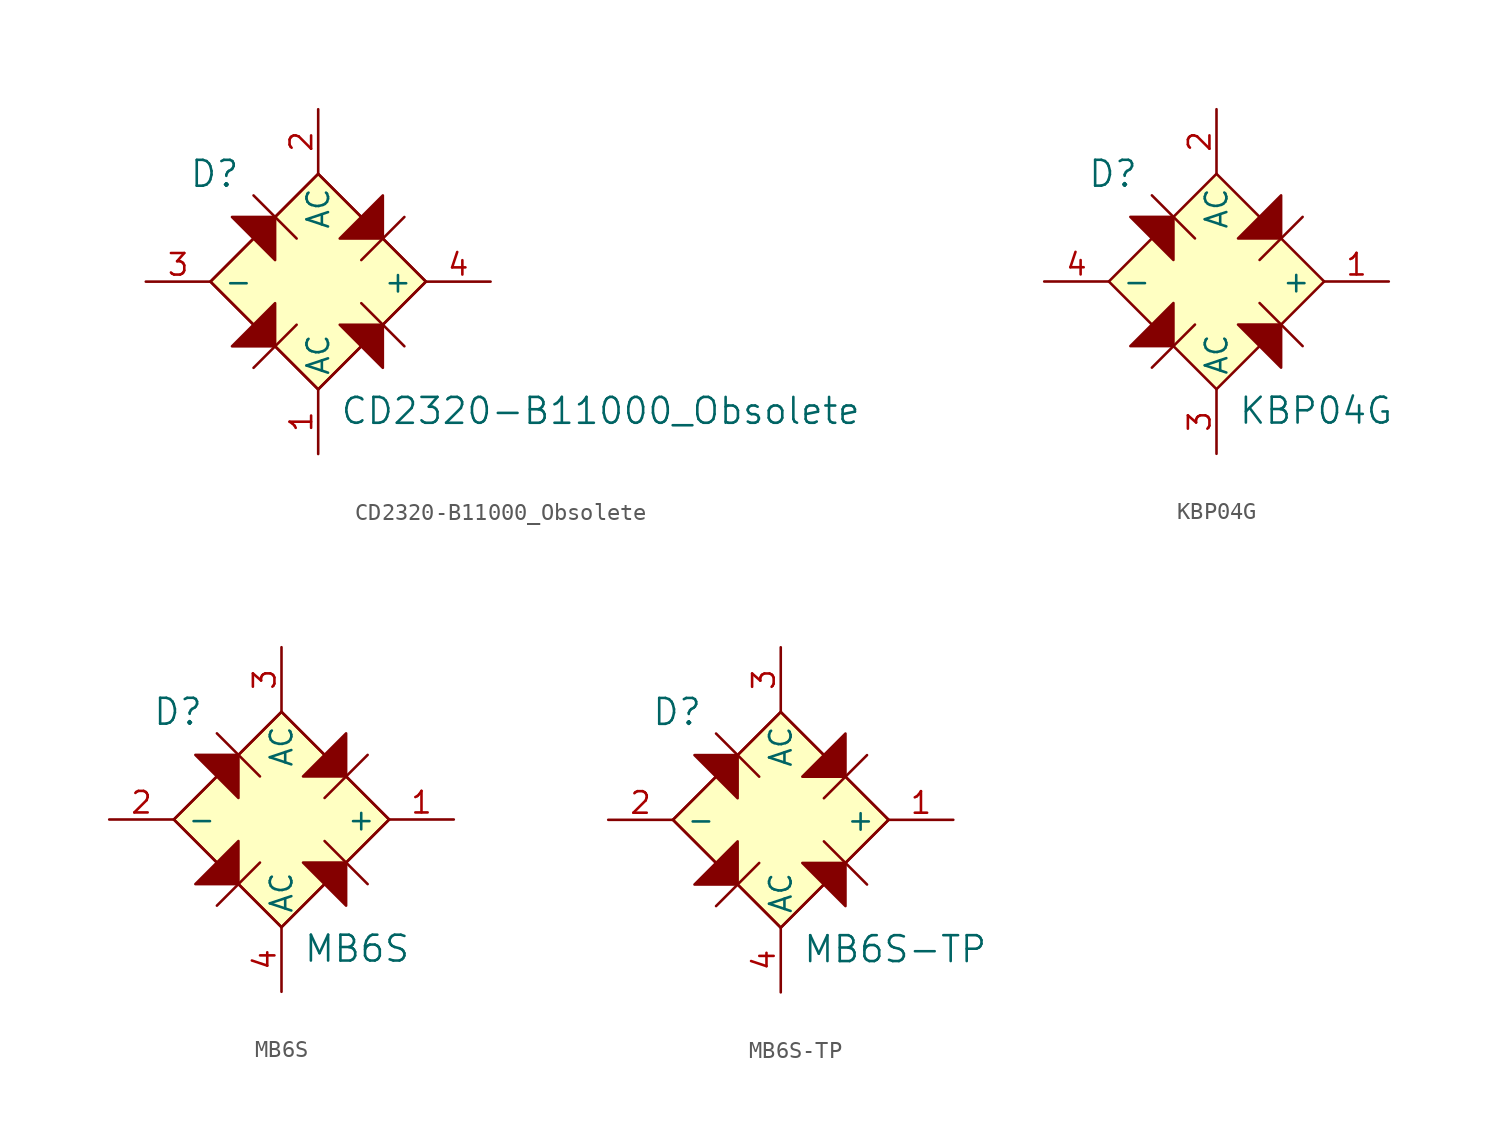
<source format=kicad_sym>
(kicad_symbol_lib
  (version 20201005)
  (generator kicad_symbol_editor)
  (symbol "CD2320-B11000_Obsolete"
    (pin_names
      (offset 0.762))
    (property "Reference" "D"
      (at -7.62 6.35 0)
      (effects (font (size 1.524 1.524)) (justify left)))
    (property "Value" "CD2320-B11000_Obsolete"
      (at 1.27 -7.62 0)
      (effects (font (size 1.524 1.524)) (justify left)))
    (symbol "CD2320-B11000_Obsolete_0_1"
      (polyline (pts (xy -3.81 5.08) (xy -1.27 2.54)) (stroke (width 0)) (fill (type none)))
      (polyline (pts (xy -1.27 -2.54) (xy -3.81 -5.08)) (stroke (width 0)) (fill (type none)))
      (polyline (pts (xy 2.54 -1.27) (xy 5.08 -3.81)) (stroke (width 0)) (fill (type none)))
      (polyline (pts (xy 5.08 3.81) (xy 2.54 1.27)) (stroke (width 0)) (fill (type none)))
      (polyline (pts (xy -3.81 2.54) (xy -6.35 0) (xy -3.81 -2.54)) (stroke (width 0)) (fill (type none)))
      (polyline (pts (xy -2.54 3.81) (xy 0 6.35) (xy 2.54 3.81)) (stroke (width 0)) (fill (type none)))
      (polyline (pts (xy 2.54 -3.81) (xy 0 -6.35) (xy -2.54 -3.81)) (stroke (width 0)) (fill (type none)))
      (polyline (pts (xy 3.81 2.54) (xy 6.35 0) (xy 3.81 -2.54)) (stroke (width 0)) (fill (type none)))
      (polyline (pts (xy -2.54 1.27) (xy -2.54 3.81) (xy -5.08 3.81) (xy -2.54 1.27)) (stroke (width 0)) (fill (type outline)))
      (polyline (pts (xy 1.27 -2.54) (xy 3.81 -2.54) (xy 3.81 -5.08) (xy 1.27 -2.54)) (stroke (width 0)) (fill (type outline)))
      (polyline (pts (xy 1.27 2.54) (xy 3.81 2.54) (xy 3.81 5.08) (xy 1.27 2.54)) (stroke (width 0)) (fill (type outline)))
      (polyline (pts (xy -2.54 -3.81) (xy -2.54 -1.27) (xy -3.81 -2.54) (xy -5.08 -3.81) (xy -2.54 -3.81)) (stroke (width 0)) (fill (type outline)))
      (polyline (pts (xy 6.35 0) (xy 0 -6.35) (xy -6.35 0) (xy 0 6.35) (xy 6.35 0)) (stroke (width 0)) (fill (type background))))
    (symbol "CD2320-B11000_Obsolete_1_1"
      (pin power_in line (at 0 -10.16 90) (length 3.81) (name "AC" (effects (font (size 1.27 1.27)))) (number "1" (effects (font (size 1.27 1.27)))))
      (pin power_in line (at 0 10.16 270) (length 3.81) (name "AC" (effects (font (size 1.27 1.27)))) (number "2" (effects (font (size 1.27 1.27)))))
      (pin power_out line (at -10.16 0 0) (length 3.81) (name "-" (effects (font (size 1.27 1.27)))) (number "3" (effects (font (size 1.27 1.27)))))
      (pin power_out line (at 10.16 0 180) (length 3.81) (name "+" (effects (font (size 1.27 1.27)))) (number "4" (effects (font (size 1.27 1.27)))))))
  (symbol "KBP04G"
    (pin_names
      (offset 0.762))
    (property "Reference" "D"
      (at -7.62 6.35 0)
      (effects (font (size 1.524 1.524)) (justify left)))
    (property "Value" "KBP04G"
      (at 1.27 -7.62 0)
      (effects (font (size 1.524 1.524)) (justify left)))
    (symbol "KBP04G_0_1"
      (polyline (pts (xy -3.81 5.08) (xy -1.27 2.54)) (stroke (width 0)) (fill (type none)))
      (polyline (pts (xy -1.27 -2.54) (xy -3.81 -5.08)) (stroke (width 0)) (fill (type none)))
      (polyline (pts (xy 2.54 -1.27) (xy 5.08 -3.81)) (stroke (width 0)) (fill (type none)))
      (polyline (pts (xy 5.08 3.81) (xy 2.54 1.27)) (stroke (width 0)) (fill (type none)))
      (polyline (pts (xy -5.08 -3.81) (xy -2.54 -1.27) (xy -2.54 -3.81) (xy -5.08 -3.81)) (stroke (width 0)) (fill (type outline)))
      (polyline (pts (xy -5.08 3.81) (xy -2.54 1.27) (xy -2.54 3.81) (xy -5.08 3.81)) (stroke (width 0)) (fill (type outline)))
      (polyline (pts (xy 1.27 -2.54) (xy 3.81 -5.08) (xy 3.81 -2.54) (xy 1.27 -2.54)) (stroke (width 0)) (fill (type outline)))
      (polyline (pts (xy 1.27 2.54) (xy 3.81 5.08) (xy 3.81 2.54) (xy 1.27 2.54)) (stroke (width 0)) (fill (type outline)))
      (polyline (pts (xy 0 -6.35) (xy -6.35 0) (xy 0 6.35) (xy 6.35 0) (xy 0 -6.35)) (stroke (width 0)) (fill (type background))))
    (symbol "KBP04G_1_1"
      (pin power_out line (at 10.16 0 180) (length 3.81) (name "+" (effects (font (size 1.27 1.27)))) (number "1" (effects (font (size 1.27 1.27)))))
      (pin power_in line (at 0 10.16 270) (length 3.81) (name "AC" (effects (font (size 1.27 1.27)))) (number "2" (effects (font (size 1.27 1.27)))))
      (pin power_in line (at 0 -10.16 90) (length 3.81) (name "AC" (effects (font (size 1.27 1.27)))) (number "3" (effects (font (size 1.27 1.27)))))
      (pin power_out line (at -10.16 0 0) (length 3.81) (name "-" (effects (font (size 1.27 1.27)))) (number "4" (effects (font (size 1.27 1.27)))))))
  (symbol "MB6S"
    (pin_names
      (offset 0.762))
    (property "Reference" "D"
      (at -7.62 6.35 0)
      (effects (font (size 1.524 1.524)) (justify left)))
    (property "Value" "MB6S"
      (at 1.27 -7.62 0)
      (effects (font (size 1.524 1.524)) (justify left)))
    (symbol "MB6S_0_1"
      (polyline (pts (xy -3.81 5.08) (xy -1.27 2.54)) (stroke (width 0)) (fill (type none)))
      (polyline (pts (xy -1.27 -2.54) (xy -3.81 -5.08)) (stroke (width 0)) (fill (type none)))
      (polyline (pts (xy 2.54 -1.27) (xy 5.08 -3.81)) (stroke (width 0)) (fill (type none)))
      (polyline (pts (xy 5.08 3.81) (xy 2.54 1.27)) (stroke (width 0)) (fill (type none)))
      (polyline (pts (xy -3.81 2.54) (xy -6.35 0) (xy -3.81 -2.54)) (stroke (width 0)) (fill (type none)))
      (polyline (pts (xy -2.54 3.81) (xy 0 6.35) (xy 2.54 3.81)) (stroke (width 0)) (fill (type none)))
      (polyline (pts (xy 2.54 -3.81) (xy 0 -6.35) (xy -2.54 -3.81)) (stroke (width 0)) (fill (type none)))
      (polyline (pts (xy 3.81 2.54) (xy 6.35 0) (xy 3.81 -2.54)) (stroke (width 0)) (fill (type none)))
      (polyline (pts (xy -2.54 1.27) (xy -2.54 3.81) (xy -5.08 3.81) (xy -2.54 1.27)) (stroke (width 0)) (fill (type outline)))
      (polyline (pts (xy 1.27 -2.54) (xy 3.81 -2.54) (xy 3.81 -5.08) (xy 1.27 -2.54)) (stroke (width 0)) (fill (type outline)))
      (polyline (pts (xy 1.27 2.54) (xy 3.81 2.54) (xy 3.81 5.08) (xy 1.27 2.54)) (stroke (width 0)) (fill (type outline)))
      (polyline (pts (xy -2.54 -3.81) (xy -2.54 -1.27) (xy -3.81 -2.54) (xy -5.08 -3.81) (xy -2.54 -3.81)) (stroke (width 0)) (fill (type outline)))
      (polyline (pts (xy 0 6.35) (xy -6.35 0) (xy 0 -6.35) (xy 6.35 0) (xy 0 6.35)) (stroke (width 0)) (fill (type background))))
    (symbol "MB6S_1_1"
      (pin power_out line (at 10.16 0 180) (length 3.81) (name "+" (effects (font (size 1.27 1.27)))) (number "1" (effects (font (size 1.27 1.27)))))
      (pin power_out line (at -10.16 0 0) (length 3.81) (name "-" (effects (font (size 1.27 1.27)))) (number "2" (effects (font (size 1.27 1.27)))))
      (pin power_in line (at 0 10.16 270) (length 3.81) (name "AC" (effects (font (size 1.27 1.27)))) (number "3" (effects (font (size 1.27 1.27)))))
      (pin power_in line (at 0 -10.16 90) (length 3.81) (name "AC" (effects (font (size 1.27 1.27)))) (number "4" (effects (font (size 1.27 1.27)))))))
  (symbol "MB6S-TP"
    (pin_names
      (offset 0.762))
    (property "Reference" "D"
      (at -7.62 6.35 0)
      (effects (font (size 1.524 1.524)) (justify left)))
    (property "Value" "MB6S-TP"
      (at 1.27 -7.62 0)
      (effects (font (size 1.524 1.524)) (justify left)))
    (symbol "MB6S-TP_0_1"
      (polyline (pts (xy -3.81 5.08) (xy -1.27 2.54)) (stroke (width 0)) (fill (type none)))
      (polyline (pts (xy -1.27 -2.54) (xy -3.81 -5.08)) (stroke (width 0)) (fill (type none)))
      (polyline (pts (xy 2.54 -1.27) (xy 5.08 -3.81)) (stroke (width 0)) (fill (type none)))
      (polyline (pts (xy 5.08 3.81) (xy 2.54 1.27)) (stroke (width 0)) (fill (type none)))
      (polyline (pts (xy -3.81 2.54) (xy -6.35 0) (xy -3.81 -2.54)) (stroke (width 0)) (fill (type none)))
      (polyline (pts (xy -2.54 3.81) (xy 0 6.35) (xy 2.54 3.81)) (stroke (width 0)) (fill (type none)))
      (polyline (pts (xy 2.54 -3.81) (xy 0 -6.35) (xy -2.54 -3.81)) (stroke (width 0)) (fill (type none)))
      (polyline (pts (xy 3.81 2.54) (xy 6.35 0) (xy 3.81 -2.54)) (stroke (width 0)) (fill (type none)))
      (polyline (pts (xy -2.54 1.27) (xy -2.54 3.81) (xy -5.08 3.81) (xy -2.54 1.27)) (stroke (width 0)) (fill (type outline)))
      (polyline (pts (xy 1.27 -2.54) (xy 3.81 -2.54) (xy 3.81 -5.08) (xy 1.27 -2.54)) (stroke (width 0)) (fill (type outline)))
      (polyline (pts (xy 1.27 2.54) (xy 3.81 2.54) (xy 3.81 5.08) (xy 1.27 2.54)) (stroke (width 0)) (fill (type outline)))
      (polyline (pts (xy -6.35 0) (xy 0 -6.35) (xy 6.35 0) (xy 0 6.35) (xy -6.35 0)) (stroke (width 0)) (fill (type background)))
      (polyline (pts (xy -2.54 -3.81) (xy -2.54 -1.27) (xy -3.81 -2.54) (xy -5.08 -3.81) (xy -2.54 -3.81)) (stroke (width 0)) (fill (type outline))))
    (symbol "MB6S-TP_1_1"
      (pin power_out line (at 10.16 0 180) (length 3.81) (name "+" (effects (font (size 1.27 1.27)))) (number "1" (effects (font (size 1.27 1.27)))))
      (pin power_out line (at -10.16 0 0) (length 3.81) (name "-" (effects (font (size 1.27 1.27)))) (number "2" (effects (font (size 1.27 1.27)))))
      (pin power_in line (at 0 10.16 270) (length 3.81) (name "AC" (effects (font (size 1.27 1.27)))) (number "3" (effects (font (size 1.27 1.27)))))
      (pin power_in line (at 0 -10.16 90) (length 3.81) (name "AC" (effects (font (size 1.27 1.27)))) (number "4" (effects (font (size 1.27 1.27))))))))
</source>
